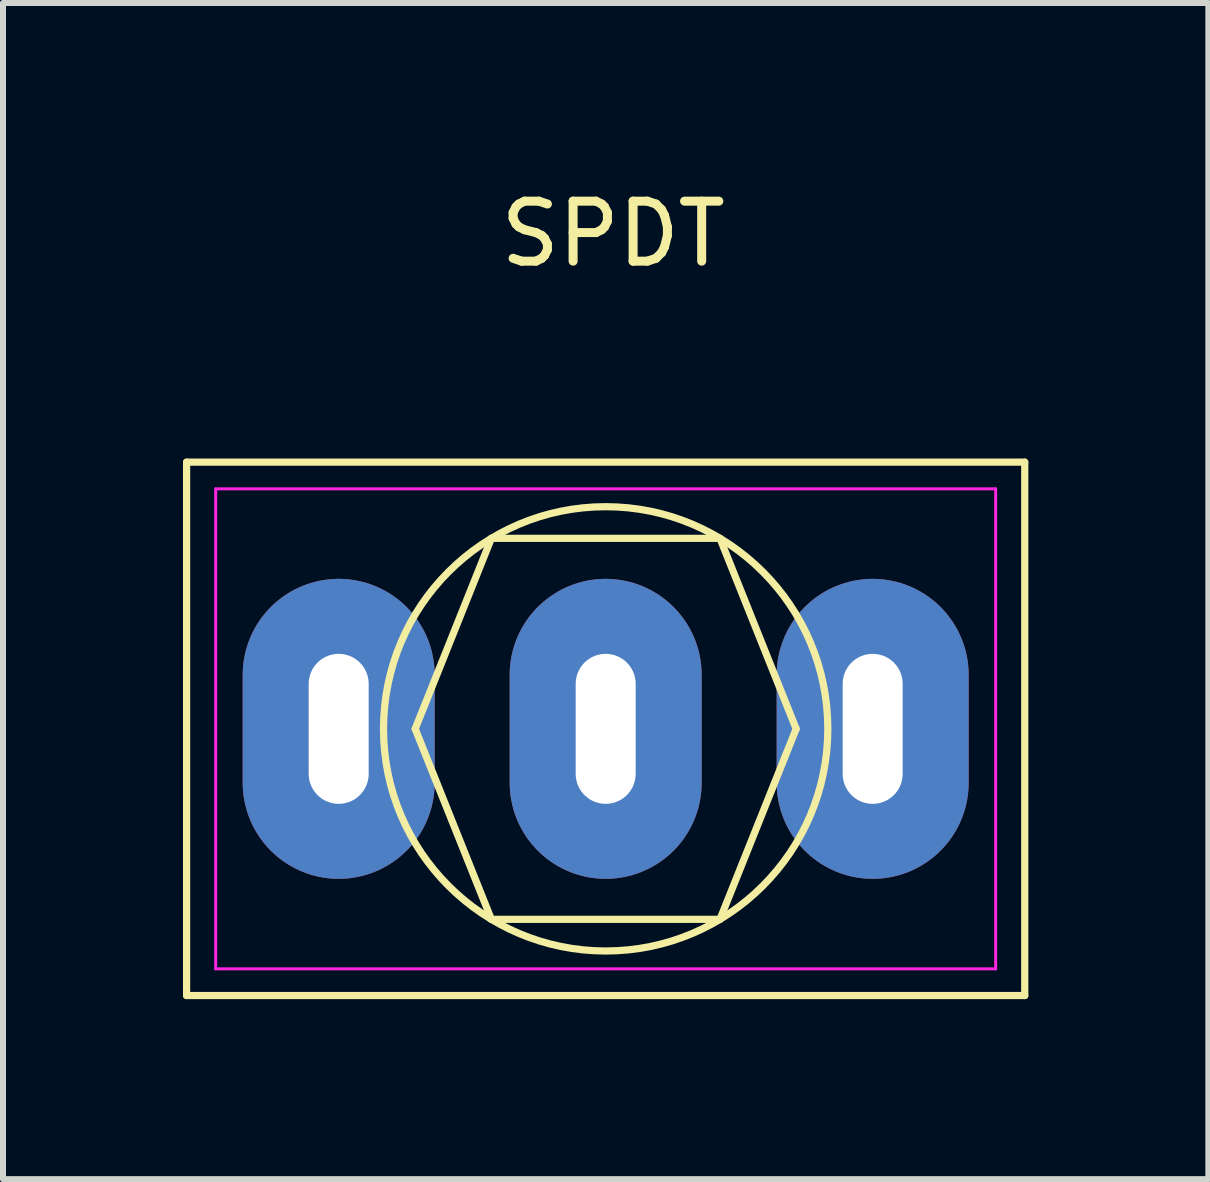
<source format=kicad_pcb>
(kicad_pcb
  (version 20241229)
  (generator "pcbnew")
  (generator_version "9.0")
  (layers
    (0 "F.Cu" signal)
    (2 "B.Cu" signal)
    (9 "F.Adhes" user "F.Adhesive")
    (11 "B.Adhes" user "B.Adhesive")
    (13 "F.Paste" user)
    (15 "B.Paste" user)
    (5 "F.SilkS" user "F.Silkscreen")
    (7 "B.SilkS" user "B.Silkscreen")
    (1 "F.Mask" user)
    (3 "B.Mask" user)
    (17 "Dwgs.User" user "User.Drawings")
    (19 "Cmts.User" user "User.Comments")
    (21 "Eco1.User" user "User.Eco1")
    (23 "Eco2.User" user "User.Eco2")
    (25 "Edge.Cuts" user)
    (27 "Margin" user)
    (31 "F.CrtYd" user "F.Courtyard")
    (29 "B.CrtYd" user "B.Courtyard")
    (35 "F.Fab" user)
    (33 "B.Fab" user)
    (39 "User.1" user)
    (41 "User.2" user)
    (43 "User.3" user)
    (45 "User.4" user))
  (footprint "SPDT"
    (layer "F.Cu")
    (at 7.045 9.098)
    (property "Reference" "SPDT" (at 0.124 -8.25 0) (layer "F.SilkS") (effects (font (size 1 1) (thickness 0.15))))
    (attr through_hole)
    (fp_line (start -6.985 -4.445) (end 6.985 -4.445) (stroke (width 0.12) (type solid)) (layer "F.SilkS"))
    (fp_line (start -6.985 4.445) (end -6.985 -4.445) (stroke (width 0.12) (type solid)) (layer "F.SilkS"))
    (fp_line (start -3.175 0) (end -1.905 -3.175) (stroke (width 0.12) (type solid)) (layer "F.SilkS"))
    (fp_line (start -1.905 -3.175) (end 1.905 -3.175) (stroke (width 0.12) (type solid)) (layer "F.SilkS"))
    (fp_line (start -1.905 3.175) (end -3.175 0) (stroke (width 0.12) (type solid)) (layer "F.SilkS"))
    (fp_line (start 1.905 -3.175) (end 3.175 0) (stroke (width 0.12) (type solid)) (layer "F.SilkS"))
    (fp_line (start 1.905 3.175) (end -1.905 3.175) (stroke (width 0.12) (type solid)) (layer "F.SilkS"))
    (fp_line (start 3.175 0) (end 1.905 3.175) (stroke (width 0.12) (type solid)) (layer "F.SilkS"))
    (fp_line (start 6.985 -4.445) (end 6.985 4.445) (stroke (width 0.12) (type solid)) (layer "F.SilkS"))
    (fp_line (start 6.985 4.445) (end -6.985 4.445) (stroke (width 0.12) (type solid)) (layer "F.SilkS"))
    (fp_circle (center 0 0) (end 1.905 3.175) (stroke (width 0.12) (type solid)) (fill no) (layer "F.SilkS"))
    (fp_line (start -6.5 -4) (end 6.5 -4) (stroke (width 0.05) (type solid)) (layer "F.CrtYd"))
    (fp_line (start -6.5 4) (end -6.5 -4) (stroke (width 0.05) (type solid)) (layer "F.CrtYd"))
    (fp_line (start 6.5 -4) (end 6.5 4) (stroke (width 0.05) (type solid)) (layer "F.CrtYd"))
    (fp_line (start 6.5 4) (end -6.5 4) (stroke (width 0.05) (type solid)) (layer "F.CrtYd"))
    (pad "1" thru_hole oval (at -4.45 0) (size 3.2 5) (drill oval 1 2.5) (layers "*.Cu" "*.Mask"))
    (pad "2" thru_hole oval (at 0 0) (size 3.2 5) (drill oval 1 2.5) (layers "*.Cu" "*.Mask"))
    (pad "3" thru_hole oval (at 4.45 0) (size 3.2 5) (drill oval 1 2.5) (layers "*.Cu" "*.Mask")))
  (gr_rect
    (start -3 -3)
    (end 17.09 16.603)
    (stroke (width 0.1) (type default))
    (fill no)
    (layer "Edge.Cuts")))
</source>
